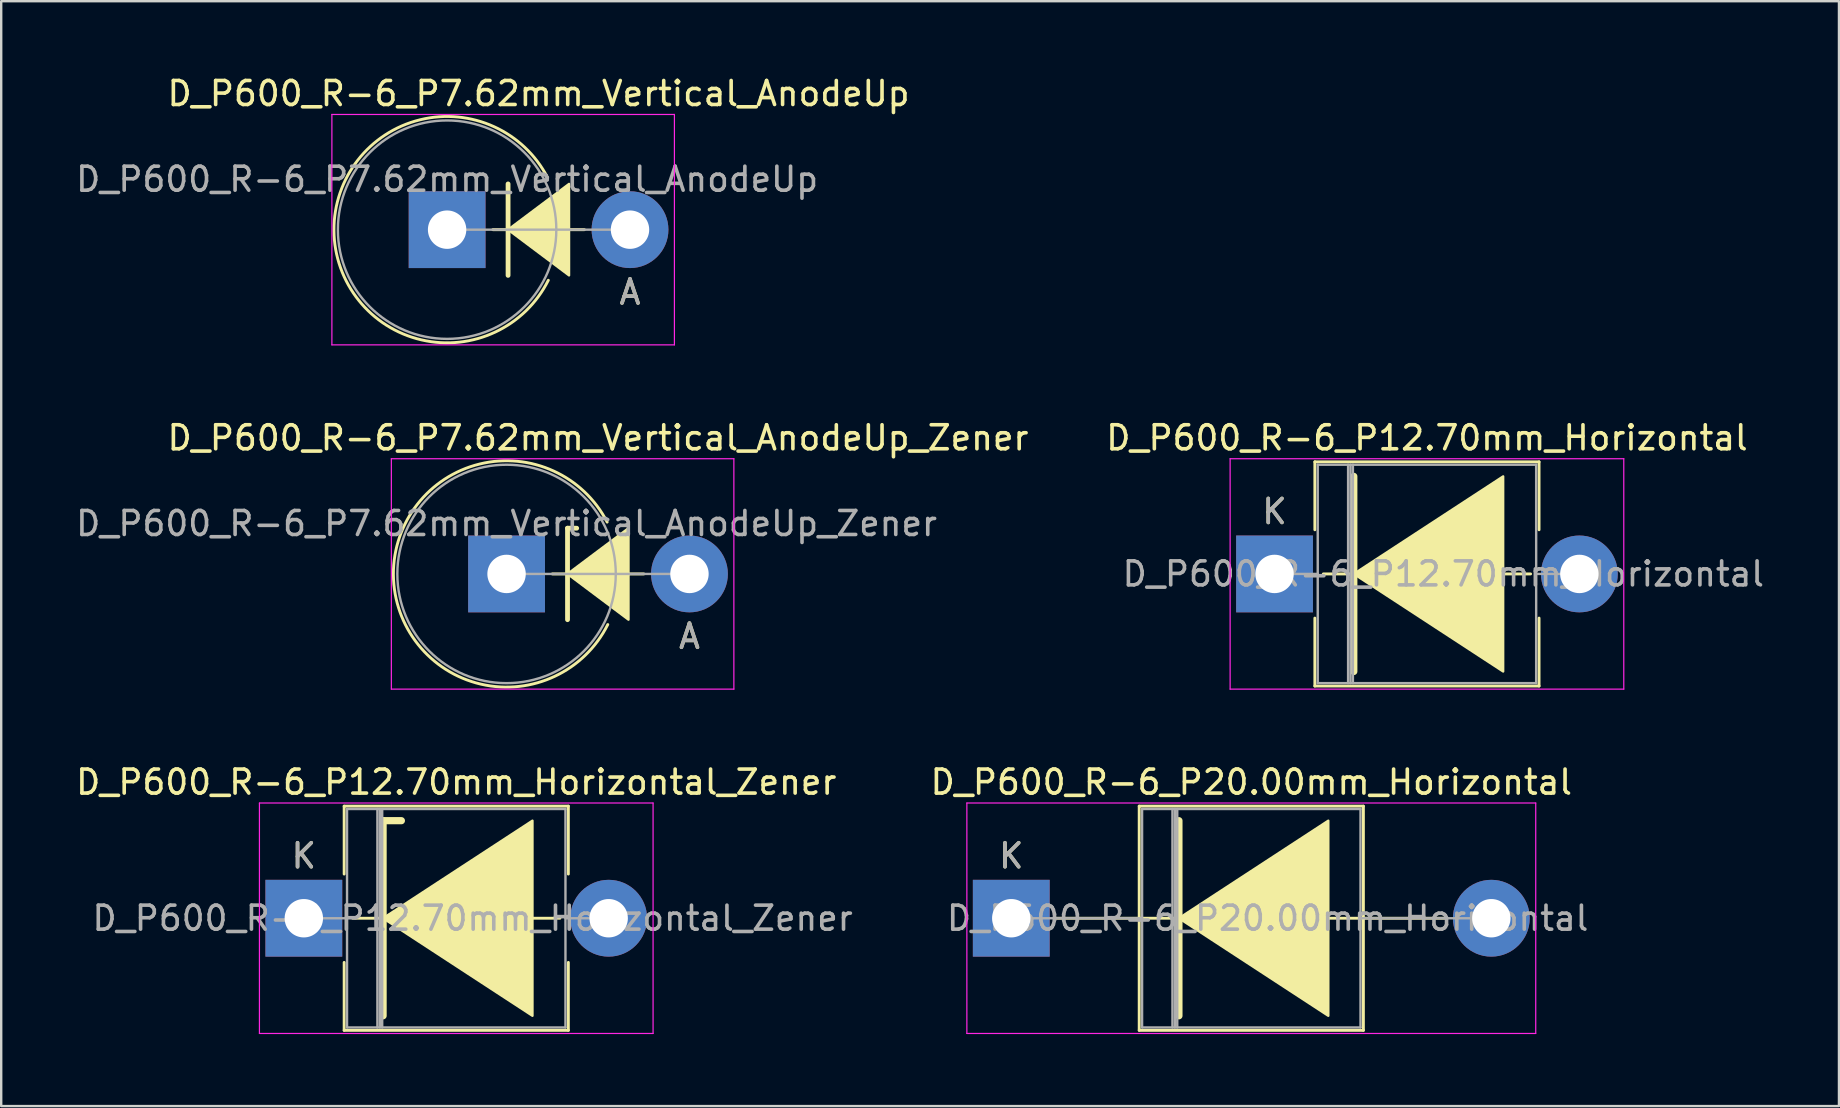
<source format=kicad_pcb>
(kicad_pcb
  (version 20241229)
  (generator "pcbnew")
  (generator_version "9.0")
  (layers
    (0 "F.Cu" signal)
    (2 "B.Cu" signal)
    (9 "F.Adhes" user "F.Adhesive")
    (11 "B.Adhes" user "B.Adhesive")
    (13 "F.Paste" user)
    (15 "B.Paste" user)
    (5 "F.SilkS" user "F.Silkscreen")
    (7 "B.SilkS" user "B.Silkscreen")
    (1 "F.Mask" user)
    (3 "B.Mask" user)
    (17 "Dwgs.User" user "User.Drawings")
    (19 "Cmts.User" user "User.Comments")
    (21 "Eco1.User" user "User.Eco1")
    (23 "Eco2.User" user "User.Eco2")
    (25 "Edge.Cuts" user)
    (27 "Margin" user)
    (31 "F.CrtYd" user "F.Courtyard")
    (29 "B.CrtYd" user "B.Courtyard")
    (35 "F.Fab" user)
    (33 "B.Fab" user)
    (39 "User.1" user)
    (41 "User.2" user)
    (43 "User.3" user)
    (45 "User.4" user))
  (footprint "D_P600_R-6_P20.00mm_Horizontal"
    (layer "F.Cu")
    (at 39.081 35.205)
    (property "Reference" "D_P600_R-6_P20.00mm_Horizontal" (at 10 -5.67 0) (layer "F.SilkS") (effects (font (size 1 1) (thickness 0.15))))
    (attr through_hole)
    (fp_line (start 1.84 0) (end 5.33 0) (stroke (width 0.12) (type solid)) (layer "F.SilkS"))
    (fp_line (start 5.33 -4.67) (end 5.33 4.67) (stroke (width 0.12) (type solid)) (layer "F.SilkS"))
    (fp_line (start 5.33 4.67) (end 14.67 4.67) (stroke (width 0.12) (type solid)) (layer "F.SilkS"))
    (fp_line (start 6.858 0) (end 5.33 0) (stroke (width 0.12) (type solid)) (layer "F.SilkS"))
    (fp_line (start 6.985 -4.064) (end 6.985 4.064) (stroke (width 0.3) (type solid)) (layer "F.SilkS"))
    (fp_line (start 13.081 0) (end 14.67 0) (stroke (width 0.12) (type solid)) (layer "F.SilkS"))
    (fp_line (start 14.67 -4.67) (end 5.33 -4.67) (stroke (width 0.12) (type solid)) (layer "F.SilkS"))
    (fp_line (start 14.67 4.67) (end 14.67 -4.67) (stroke (width 0.12) (type solid)) (layer "F.SilkS"))
    (fp_line (start 18.16 0) (end 14.67 0) (stroke (width 0.12) (type solid)) (layer "F.SilkS"))
    (fp_poly (pts (xy 13.208 4.064) (xy 6.985 0) (xy 13.208 -4.064)) (stroke (width 0.1) (type solid)) (fill yes) (layer "F.SilkS"))
    (fp_line (start -1.85 -4.8) (end -1.85 4.8) (stroke (width 0.05) (type solid)) (layer "F.CrtYd"))
    (fp_line (start -1.85 4.8) (end 21.85 4.8) (stroke (width 0.05) (type solid)) (layer "F.CrtYd"))
    (fp_line (start 21.85 -4.8) (end -1.85 -4.8) (stroke (width 0.05) (type solid)) (layer "F.CrtYd"))
    (fp_line (start 21.85 4.8) (end 21.85 -4.8) (stroke (width 0.05) (type solid)) (layer "F.CrtYd"))
    (fp_line (start 0 0) (end 5.45 0) (stroke (width 0.1) (type solid)) (layer "F.Fab"))
    (fp_line (start 5.45 -4.55) (end 5.45 4.55) (stroke (width 0.1) (type solid)) (layer "F.Fab"))
    (fp_line (start 5.45 4.55) (end 14.55 4.55) (stroke (width 0.1) (type solid)) (layer "F.Fab"))
    (fp_line (start 6.715 -4.55) (end 6.715 4.55) (stroke (width 0.1) (type solid)) (layer "F.Fab"))
    (fp_line (start 6.815 -4.55) (end 6.815 4.55) (stroke (width 0.1) (type solid)) (layer "F.Fab"))
    (fp_line (start 6.915 -4.55) (end 6.915 4.55) (stroke (width 0.1) (type solid)) (layer "F.Fab"))
    (fp_line (start 14.55 -4.55) (end 5.45 -4.55) (stroke (width 0.1) (type solid)) (layer "F.Fab"))
    (fp_line (start 14.55 4.55) (end 14.55 -4.55) (stroke (width 0.1) (type solid)) (layer "F.Fab"))
    (fp_line (start 20 0) (end 14.55 0) (stroke (width 0.1) (type solid)) (layer "F.Fab"))
    (fp_text user "K" (at 0 -2.6 0) (layer "F.SilkS") (effects (font (size 1 1) (thickness 0.15))))
    (fp_text user "${REFERENCE}" (at 10.682 0 0) (layer "F.Fab") (effects (font (size 1 1) (thickness 0.15))))
    (fp_text user "K" (at 0 -2.6 0) (layer "F.Fab") (effects (font (size 1 1) (thickness 0.15))))
    (pad "1" thru_hole rect (at 0 0) (size 3.2 3.2) (drill 1.6) (layers "*.Cu" "*.Mask"))
    (pad "2" thru_hole oval (at 20 0) (size 3.2 3.2) (drill 1.6) (layers "*.Cu" "*.Mask")))
  (footprint "D_P600_R-6_P7.62mm_Vertical_AnodeUp_Zener"
    (layer "F.Cu")
    (at 18.054 20.861)
    (property "Reference" "D_P600_R-6_P7.62mm_Vertical_AnodeUp_Zener" (at 3.81 -5.67 0) (layer "F.SilkS") (effects (font (size 1 1) (thickness 0.15))))
    (attr through_hole)
    (fp_line (start 1.905 0) (end 5.72 0) (stroke (width 0.12) (type solid)) (layer "F.SilkS"))
    (fp_line (start 2.54 -1.905) (end 2.54 1.905) (stroke (width 0.2) (type solid)) (layer "F.SilkS"))
    (fp_line (start 2.54 -1.905) (end 2.921 -1.905) (stroke (width 0.2) (type solid)) (layer "F.SilkS"))
    (fp_arc (start 4.216705 2.108353) (mid -4.714334 0.028398) (end 4.190999 -2.158999) (stroke (width 0.12) (type solid)) (layer "F.SilkS"))
    (fp_poly (pts (xy 5.08 1.905) (xy 2.54 0) (xy 5.08 -1.905)) (stroke (width 0.1) (type solid)) (fill yes) (layer "F.SilkS"))
    (fp_line (start -4.8 -4.8) (end -4.8 4.8) (stroke (width 0.05) (type solid)) (layer "F.CrtYd"))
    (fp_line (start -4.8 4.8) (end 9.47 4.8) (stroke (width 0.05) (type solid)) (layer "F.CrtYd"))
    (fp_line (start 9.47 -4.8) (end -4.8 -4.8) (stroke (width 0.05) (type solid)) (layer "F.CrtYd"))
    (fp_line (start 9.47 4.8) (end 9.47 -4.8) (stroke (width 0.05) (type solid)) (layer "F.CrtYd"))
    (fp_line (start 0 0) (end 7.62 0) (stroke (width 0.1) (type solid)) (layer "F.Fab"))
    (fp_circle (center 0 0) (end 4.55 0) (stroke (width 0.1) (type solid)) (fill no) (layer "F.Fab"))
    (fp_text user "A" (at 7.62 2.6 0) (layer "F.SilkS") (effects (font (size 1 1) (thickness 0.15))))
    (fp_text user "A" (at 7.62 2.6 0) (layer "F.Fab") (effects (font (size 1 1) (thickness 0.15))))
    (fp_text user "${REFERENCE}" (at 0 -2.1 0) (layer "F.Fab") (effects (font (size 1 1) (thickness 0.15))))
    (pad "1" thru_hole rect (at 0 0) (size 3.2 3.2) (drill 1.6) (layers "*.Cu" "*.Mask"))
    (pad "2" thru_hole oval (at 7.62 0) (size 3.2 3.2) (drill 1.6) (layers "*.Cu" "*.Mask")))
  (footprint "D_P600_R-6_P12.70mm_Horizontal"
    (layer "F.Cu")
    (at 50.049 20.861)
    (property "Reference" "D_P600_R-6_P12.70mm_Horizontal" (at 6.35 -5.67 0) (layer "F.SilkS") (effects (font (size 1 1) (thickness 0.15))))
    (attr through_hole)
    (fp_line (start 1.68 -4.67) (end 11.02 -4.67) (stroke (width 0.12) (type solid)) (layer "F.SilkS"))
    (fp_line (start 1.68 -1.84) (end 1.68 -4.67) (stroke (width 0.12) (type solid)) (layer "F.SilkS"))
    (fp_line (start 1.68 1.84) (end 1.68 4.67) (stroke (width 0.12) (type solid)) (layer "F.SilkS"))
    (fp_line (start 1.68 4.67) (end 11.02 4.67) (stroke (width 0.12) (type solid)) (layer "F.SilkS"))
    (fp_line (start 3.175 0) (end 2.032 0) (stroke (width 0.12) (type solid)) (layer "F.SilkS"))
    (fp_line (start 3.302 -4.064) (end 3.302 4.064) (stroke (width 0.3) (type solid)) (layer "F.SilkS"))
    (fp_line (start 9.398 0) (end 10.668 0) (stroke (width 0.12) (type solid)) (layer "F.SilkS"))
    (fp_line (start 11.02 -4.67) (end 11.02 -1.84) (stroke (width 0.12) (type solid)) (layer "F.SilkS"))
    (fp_line (start 11.02 4.67) (end 11.02 1.84) (stroke (width 0.12) (type solid)) (layer "F.SilkS"))
    (fp_poly (pts (xy 9.525 4.064) (xy 3.302 0) (xy 9.525 -4.064)) (stroke (width 0.1) (type solid)) (fill yes) (layer "F.SilkS"))
    (fp_line (start -1.85 -4.8) (end -1.85 4.8) (stroke (width 0.05) (type solid)) (layer "F.CrtYd"))
    (fp_line (start -1.85 4.8) (end 14.55 4.8) (stroke (width 0.05) (type solid)) (layer "F.CrtYd"))
    (fp_line (start 14.55 -4.8) (end -1.85 -4.8) (stroke (width 0.05) (type solid)) (layer "F.CrtYd"))
    (fp_line (start 14.55 4.8) (end 14.55 -4.8) (stroke (width 0.05) (type solid)) (layer "F.CrtYd"))
    (fp_line (start 0 0) (end 1.8 0) (stroke (width 0.1) (type solid)) (layer "F.Fab"))
    (fp_line (start 1.8 -4.55) (end 1.8 4.55) (stroke (width 0.1) (type solid)) (layer "F.Fab"))
    (fp_line (start 1.8 4.55) (end 10.9 4.55) (stroke (width 0.1) (type solid)) (layer "F.Fab"))
    (fp_line (start 3.065 -4.55) (end 3.065 4.55) (stroke (width 0.1) (type solid)) (layer "F.Fab"))
    (fp_line (start 3.165 -4.55) (end 3.165 4.55) (stroke (width 0.1) (type solid)) (layer "F.Fab"))
    (fp_line (start 3.265 -4.55) (end 3.265 4.55) (stroke (width 0.1) (type solid)) (layer "F.Fab"))
    (fp_line (start 10.9 -4.55) (end 1.8 -4.55) (stroke (width 0.1) (type solid)) (layer "F.Fab"))
    (fp_line (start 10.9 4.55) (end 10.9 -4.55) (stroke (width 0.1) (type solid)) (layer "F.Fab"))
    (fp_line (start 12.7 0) (end 10.9 0) (stroke (width 0.1) (type solid)) (layer "F.Fab"))
    (fp_text user "K" (at 0 -2.6 0) (layer "F.SilkS") (effects (font (size 1 1) (thickness 0.15))))
    (fp_text user "${REFERENCE}" (at 7.032 0 0) (layer "F.Fab") (effects (font (size 1 1) (thickness 0.15))))
    (fp_text user "K" (at 0 -2.6 0) (layer "F.Fab") (effects (font (size 1 1) (thickness 0.15))))
    (pad "1" thru_hole rect (at 0 0) (size 3.2 3.2) (drill 1.6) (layers "*.Cu" "*.Mask"))
    (pad "2" thru_hole oval (at 12.7 0) (size 3.2 3.2) (drill 1.6) (layers "*.Cu" "*.Mask")))
  (footprint "D_P600_R-6_P7.62mm_Vertical_AnodeUp"
    (layer "F.Cu")
    (at 15.577 6.518)
    (property "Reference" "D_P600_R-6_P7.62mm_Vertical_AnodeUp" (at 3.81 -5.67 0) (layer "F.SilkS") (effects (font (size 1 1) (thickness 0.15))))
    (attr through_hole)
    (fp_line (start 1.905 0) (end 5.72 0) (stroke (width 0.12) (type solid)) (layer "F.SilkS"))
    (fp_line (start 2.54 -1.905) (end 2.54 1.905) (stroke (width 0.2) (type solid)) (layer "F.SilkS"))
    (fp_arc (start 4.216705 2.108353) (mid -4.714334 0.028398) (end 4.190999 -2.158999) (stroke (width 0.12) (type solid)) (layer "F.SilkS"))
    (fp_poly (pts (xy 5.08 1.905) (xy 2.54 0) (xy 5.08 -1.905)) (stroke (width 0.1) (type solid)) (fill yes) (layer "F.SilkS"))
    (fp_line (start -4.8 -4.8) (end -4.8 4.8) (stroke (width 0.05) (type solid)) (layer "F.CrtYd"))
    (fp_line (start -4.8 4.8) (end 9.47 4.8) (stroke (width 0.05) (type solid)) (layer "F.CrtYd"))
    (fp_line (start 9.47 -4.8) (end -4.8 -4.8) (stroke (width 0.05) (type solid)) (layer "F.CrtYd"))
    (fp_line (start 9.47 4.8) (end 9.47 -4.8) (stroke (width 0.05) (type solid)) (layer "F.CrtYd"))
    (fp_line (start 0 0) (end 7.62 0) (stroke (width 0.1) (type solid)) (layer "F.Fab"))
    (fp_circle (center 0 0) (end 4.55 0) (stroke (width 0.1) (type solid)) (fill no) (layer "F.Fab"))
    (fp_text user "A" (at 7.62 2.6 0) (layer "F.SilkS") (effects (font (size 1 1) (thickness 0.15))))
    (fp_text user "A" (at 7.62 2.6 0) (layer "F.Fab") (effects (font (size 1 1) (thickness 0.15))))
    (fp_text user "${REFERENCE}" (at 0 -2.1 0) (layer "F.Fab") (effects (font (size 1 1) (thickness 0.15))))
    (pad "1" thru_hole rect (at 0 0) (size 3.2 3.2) (drill 1.6) (layers "*.Cu" "*.Mask"))
    (pad "2" thru_hole oval (at 7.62 0) (size 3.2 3.2) (drill 1.6) (layers "*.Cu" "*.Mask")))
  (footprint "D_P600_R-6_P12.70mm_Horizontal_Zener"
    (layer "F.Cu")
    (at 9.608 35.205)
    (property "Reference" "D_P600_R-6_P12.70mm_Horizontal_Zener" (at 6.35 -5.67 0) (layer "F.SilkS") (effects (font (size 1 1) (thickness 0.15))))
    (attr through_hole)
    (fp_line (start 1.68 -4.67) (end 11.02 -4.67) (stroke (width 0.12) (type solid)) (layer "F.SilkS"))
    (fp_line (start 1.68 -1.84) (end 1.68 -4.67) (stroke (width 0.12) (type solid)) (layer "F.SilkS"))
    (fp_line (start 1.68 1.84) (end 1.68 4.67) (stroke (width 0.12) (type solid)) (layer "F.SilkS"))
    (fp_line (start 1.68 4.67) (end 11.02 4.67) (stroke (width 0.12) (type solid)) (layer "F.SilkS"))
    (fp_line (start 3.175 0) (end 2.032 0) (stroke (width 0.12) (type solid)) (layer "F.SilkS"))
    (fp_line (start 3.302 -4.064) (end 3.302 4.064) (stroke (width 0.3) (type solid)) (layer "F.SilkS"))
    (fp_line (start 3.302 -4.064) (end 4.064 -4.064) (stroke (width 0.3) (type solid)) (layer "F.SilkS"))
    (fp_line (start 9.398 0) (end 10.668 0) (stroke (width 0.12) (type solid)) (layer "F.SilkS"))
    (fp_line (start 11.02 -4.67) (end 11.02 -1.84) (stroke (width 0.12) (type solid)) (layer "F.SilkS"))
    (fp_line (start 11.02 4.67) (end 11.02 1.84) (stroke (width 0.12) (type solid)) (layer "F.SilkS"))
    (fp_poly (pts (xy 9.525 4.064) (xy 3.302 0) (xy 9.525 -4.064)) (stroke (width 0.1) (type solid)) (fill yes) (layer "F.SilkS"))
    (fp_line (start -1.85 -4.8) (end -1.85 4.8) (stroke (width 0.05) (type solid)) (layer "F.CrtYd"))
    (fp_line (start -1.85 4.8) (end 14.55 4.8) (stroke (width 0.05) (type solid)) (layer "F.CrtYd"))
    (fp_line (start 14.55 -4.8) (end -1.85 -4.8) (stroke (width 0.05) (type solid)) (layer "F.CrtYd"))
    (fp_line (start 14.55 4.8) (end 14.55 -4.8) (stroke (width 0.05) (type solid)) (layer "F.CrtYd"))
    (fp_line (start 0 0) (end 1.8 0) (stroke (width 0.1) (type solid)) (layer "F.Fab"))
    (fp_line (start 1.8 -4.55) (end 1.8 4.55) (stroke (width 0.1) (type solid)) (layer "F.Fab"))
    (fp_line (start 1.8 4.55) (end 10.9 4.55) (stroke (width 0.1) (type solid)) (layer "F.Fab"))
    (fp_line (start 3.065 -4.55) (end 3.065 4.55) (stroke (width 0.1) (type solid)) (layer "F.Fab"))
    (fp_line (start 3.165 -4.55) (end 3.165 4.55) (stroke (width 0.1) (type solid)) (layer "F.Fab"))
    (fp_line (start 3.265 -4.55) (end 3.265 4.55) (stroke (width 0.1) (type solid)) (layer "F.Fab"))
    (fp_line (start 10.9 -4.55) (end 1.8 -4.55) (stroke (width 0.1) (type solid)) (layer "F.Fab"))
    (fp_line (start 10.9 4.55) (end 10.9 -4.55) (stroke (width 0.1) (type solid)) (layer "F.Fab"))
    (fp_line (start 12.7 0) (end 10.9 0) (stroke (width 0.1) (type solid)) (layer "F.Fab"))
    (fp_text user "K" (at 0 -2.6 0) (layer "F.SilkS") (effects (font (size 1 1) (thickness 0.15))))
    (fp_text user "K" (at 0 -2.6 0) (layer "F.Fab") (effects (font (size 1 1) (thickness 0.15))))
    (fp_text user "${REFERENCE}" (at 7.032 0 0) (layer "F.Fab") (effects (font (size 1 1) (thickness 0.15))))
    (pad "1" thru_hole rect (at 0 0) (size 3.2 3.2) (drill 1.6) (layers "*.Cu" "*.Mask"))
    (pad "2" thru_hole oval (at 12.7 0) (size 3.2 3.2) (drill 1.6) (layers "*.Cu" "*.Mask")))
  (gr_rect
    (start -3 -3)
    (end 73.564 43.03)
    (stroke (width 0.1) (type default))
    (fill no)
    (layer "Edge.Cuts")))
</source>
